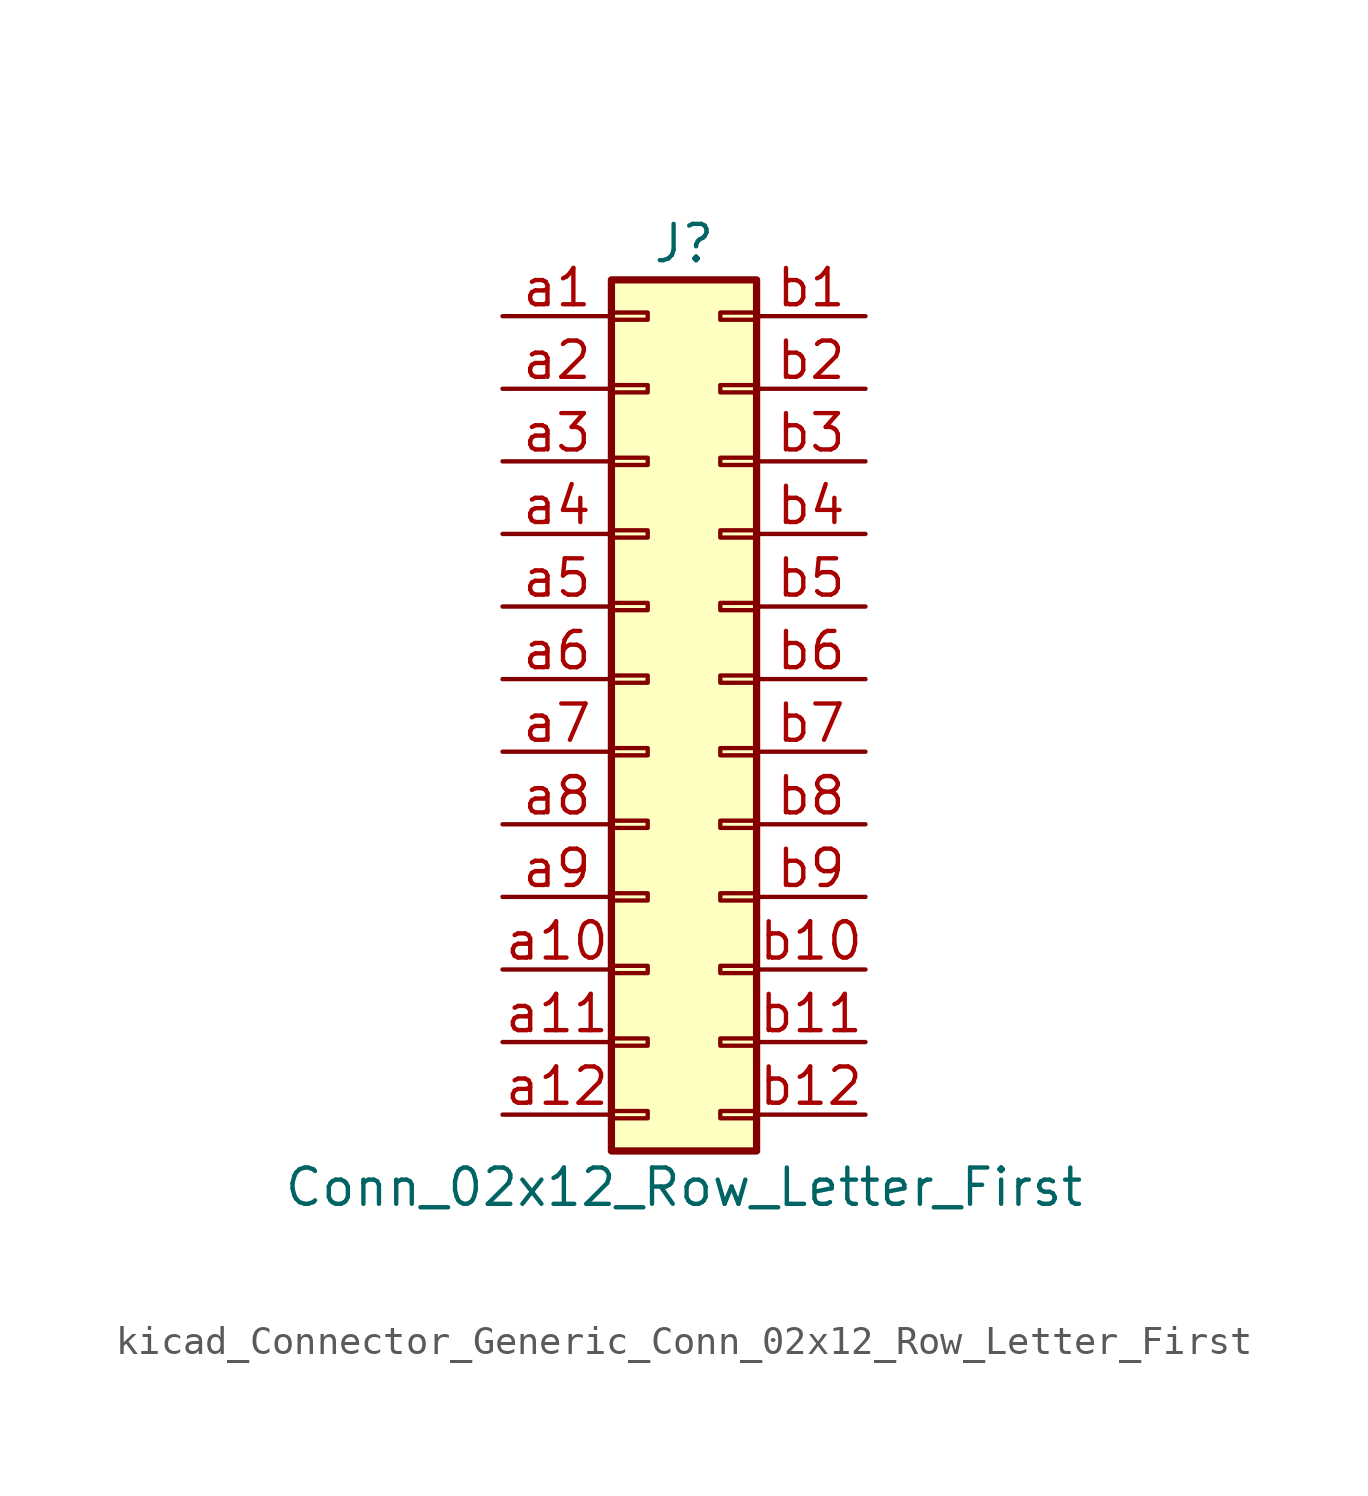
<source format=kicad_sym>
(kicad_symbol_lib
  (version 20220914)
  (generator kicad_symbol_editor)
  (symbol "kicad_Connector_Generic_Conn_02x12_Row_Letter_First"
    (pin_names
      (offset 1.016) hide)
    (property "Reference" "J"
      (at 1.27 15.24 0)
      (effects (font (size 1.27 1.27))))
    (property "Value" "Conn_02x12_Row_Letter_First"
      (at 1.27 -17.78 0)
      (effects (font (size 1.27 1.27))))
    (symbol "kicad_Connector_Generic_Conn_02x12_Row_Letter_First_1_1"
      (rectangle (start -1.27 -15.113) (end 0 -15.367) (stroke (width 0.152) (type default)) (fill (type none)))
      (rectangle (start -1.27 -12.573) (end 0 -12.827) (stroke (width 0.152) (type default)) (fill (type none)))
      (rectangle (start -1.27 -10.033) (end 0 -10.287) (stroke (width 0.152) (type default)) (fill (type none)))
      (rectangle (start -1.27 -7.493) (end 0 -7.747) (stroke (width 0.152) (type default)) (fill (type none)))
      (rectangle (start -1.27 -4.953) (end 0 -5.207) (stroke (width 0.152) (type default)) (fill (type none)))
      (rectangle (start -1.27 -2.413) (end 0 -2.667) (stroke (width 0.152) (type default)) (fill (type none)))
      (rectangle (start -1.27 0.127) (end 0 -0.127) (stroke (width 0.152) (type default)) (fill (type none)))
      (rectangle (start -1.27 2.667) (end 0 2.413) (stroke (width 0.152) (type default)) (fill (type none)))
      (rectangle (start -1.27 5.207) (end 0 4.953) (stroke (width 0.152) (type default)) (fill (type none)))
      (rectangle (start -1.27 7.747) (end 0 7.493) (stroke (width 0.152) (type default)) (fill (type none)))
      (rectangle (start -1.27 10.287) (end 0 10.033) (stroke (width 0.152) (type default)) (fill (type none)))
      (rectangle (start -1.27 12.827) (end 0 12.573) (stroke (width 0.152) (type default)) (fill (type none)))
      (rectangle (start -1.27 13.97) (end 3.81 -16.51) (stroke (width 0.254) (type default)) (fill (type background)))
      (rectangle (start 3.81 -15.113) (end 2.54 -15.367) (stroke (width 0.152) (type default)) (fill (type none)))
      (rectangle (start 3.81 -12.573) (end 2.54 -12.827) (stroke (width 0.152) (type default)) (fill (type none)))
      (rectangle (start 3.81 -10.033) (end 2.54 -10.287) (stroke (width 0.152) (type default)) (fill (type none)))
      (rectangle (start 3.81 -7.493) (end 2.54 -7.747) (stroke (width 0.152) (type default)) (fill (type none)))
      (rectangle (start 3.81 -4.953) (end 2.54 -5.207) (stroke (width 0.152) (type default)) (fill (type none)))
      (rectangle (start 3.81 -2.413) (end 2.54 -2.667) (stroke (width 0.152) (type default)) (fill (type none)))
      (rectangle (start 3.81 0.127) (end 2.54 -0.127) (stroke (width 0.152) (type default)) (fill (type none)))
      (rectangle (start 3.81 2.667) (end 2.54 2.413) (stroke (width 0.152) (type default)) (fill (type none)))
      (rectangle (start 3.81 5.207) (end 2.54 4.953) (stroke (width 0.152) (type default)) (fill (type none)))
      (rectangle (start 3.81 7.747) (end 2.54 7.493) (stroke (width 0.152) (type default)) (fill (type none)))
      (rectangle (start 3.81 10.287) (end 2.54 10.033) (stroke (width 0.152) (type default)) (fill (type none)))
      (rectangle (start 3.81 12.827) (end 2.54 12.573) (stroke (width 0.152) (type default)) (fill (type none)))
      (pin passive line (at -5.08 12.7 0) (length 3.81) (name "Pin_a1" (effects (font (size 1.27 1.27)))) (number "a1" (effects (font (size 1.27 1.27)))))
      (pin passive line (at -5.08 -10.16 0) (length 3.81) (name "Pin_a10" (effects (font (size 1.27 1.27)))) (number "a10" (effects (font (size 1.27 1.27)))))
      (pin passive line (at -5.08 -12.7 0) (length 3.81) (name "Pin_a11" (effects (font (size 1.27 1.27)))) (number "a11" (effects (font (size 1.27 1.27)))))
      (pin passive line (at -5.08 -15.24 0) (length 3.81) (name "Pin_a12" (effects (font (size 1.27 1.27)))) (number "a12" (effects (font (size 1.27 1.27)))))
      (pin passive line (at -5.08 10.16 0) (length 3.81) (name "Pin_a2" (effects (font (size 1.27 1.27)))) (number "a2" (effects (font (size 1.27 1.27)))))
      (pin passive line (at -5.08 7.62 0) (length 3.81) (name "Pin_a3" (effects (font (size 1.27 1.27)))) (number "a3" (effects (font (size 1.27 1.27)))))
      (pin passive line (at -5.08 5.08 0) (length 3.81) (name "Pin_a4" (effects (font (size 1.27 1.27)))) (number "a4" (effects (font (size 1.27 1.27)))))
      (pin passive line (at -5.08 2.54 0) (length 3.81) (name "Pin_a5" (effects (font (size 1.27 1.27)))) (number "a5" (effects (font (size 1.27 1.27)))))
      (pin passive line (at -5.08 0 0) (length 3.81) (name "Pin_a6" (effects (font (size 1.27 1.27)))) (number "a6" (effects (font (size 1.27 1.27)))))
      (pin passive line (at -5.08 -2.54 0) (length 3.81) (name "Pin_a7" (effects (font (size 1.27 1.27)))) (number "a7" (effects (font (size 1.27 1.27)))))
      (pin passive line (at -5.08 -5.08 0) (length 3.81) (name "Pin_a8" (effects (font (size 1.27 1.27)))) (number "a8" (effects (font (size 1.27 1.27)))))
      (pin passive line (at -5.08 -7.62 0) (length 3.81) (name "Pin_a9" (effects (font (size 1.27 1.27)))) (number "a9" (effects (font (size 1.27 1.27)))))
      (pin passive line (at 7.62 12.7 180) (length 3.81) (name "Pin_b1" (effects (font (size 1.27 1.27)))) (number "b1" (effects (font (size 1.27 1.27)))))
      (pin passive line (at 7.62 -10.16 180) (length 3.81) (name "Pin_b10" (effects (font (size 1.27 1.27)))) (number "b10" (effects (font (size 1.27 1.27)))))
      (pin passive line (at 7.62 -12.7 180) (length 3.81) (name "Pin_b11" (effects (font (size 1.27 1.27)))) (number "b11" (effects (font (size 1.27 1.27)))))
      (pin passive line (at 7.62 -15.24 180) (length 3.81) (name "Pin_b12" (effects (font (size 1.27 1.27)))) (number "b12" (effects (font (size 1.27 1.27)))))
      (pin passive line (at 7.62 10.16 180) (length 3.81) (name "Pin_b2" (effects (font (size 1.27 1.27)))) (number "b2" (effects (font (size 1.27 1.27)))))
      (pin passive line (at 7.62 7.62 180) (length 3.81) (name "Pin_b3" (effects (font (size 1.27 1.27)))) (number "b3" (effects (font (size 1.27 1.27)))))
      (pin passive line (at 7.62 5.08 180) (length 3.81) (name "Pin_b4" (effects (font (size 1.27 1.27)))) (number "b4" (effects (font (size 1.27 1.27)))))
      (pin passive line (at 7.62 2.54 180) (length 3.81) (name "Pin_b5" (effects (font (size 1.27 1.27)))) (number "b5" (effects (font (size 1.27 1.27)))))
      (pin passive line (at 7.62 0 180) (length 3.81) (name "Pin_b6" (effects (font (size 1.27 1.27)))) (number "b6" (effects (font (size 1.27 1.27)))))
      (pin passive line (at 7.62 -2.54 180) (length 3.81) (name "Pin_b7" (effects (font (size 1.27 1.27)))) (number "b7" (effects (font (size 1.27 1.27)))))
      (pin passive line (at 7.62 -5.08 180) (length 3.81) (name "Pin_b8" (effects (font (size 1.27 1.27)))) (number "b8" (effects (font (size 1.27 1.27)))))
      (pin passive line (at 7.62 -7.62 180) (length 3.81) (name "Pin_b9" (effects (font (size 1.27 1.27)))) (number "b9" (effects (font (size 1.27 1.27))))))))
</source>
